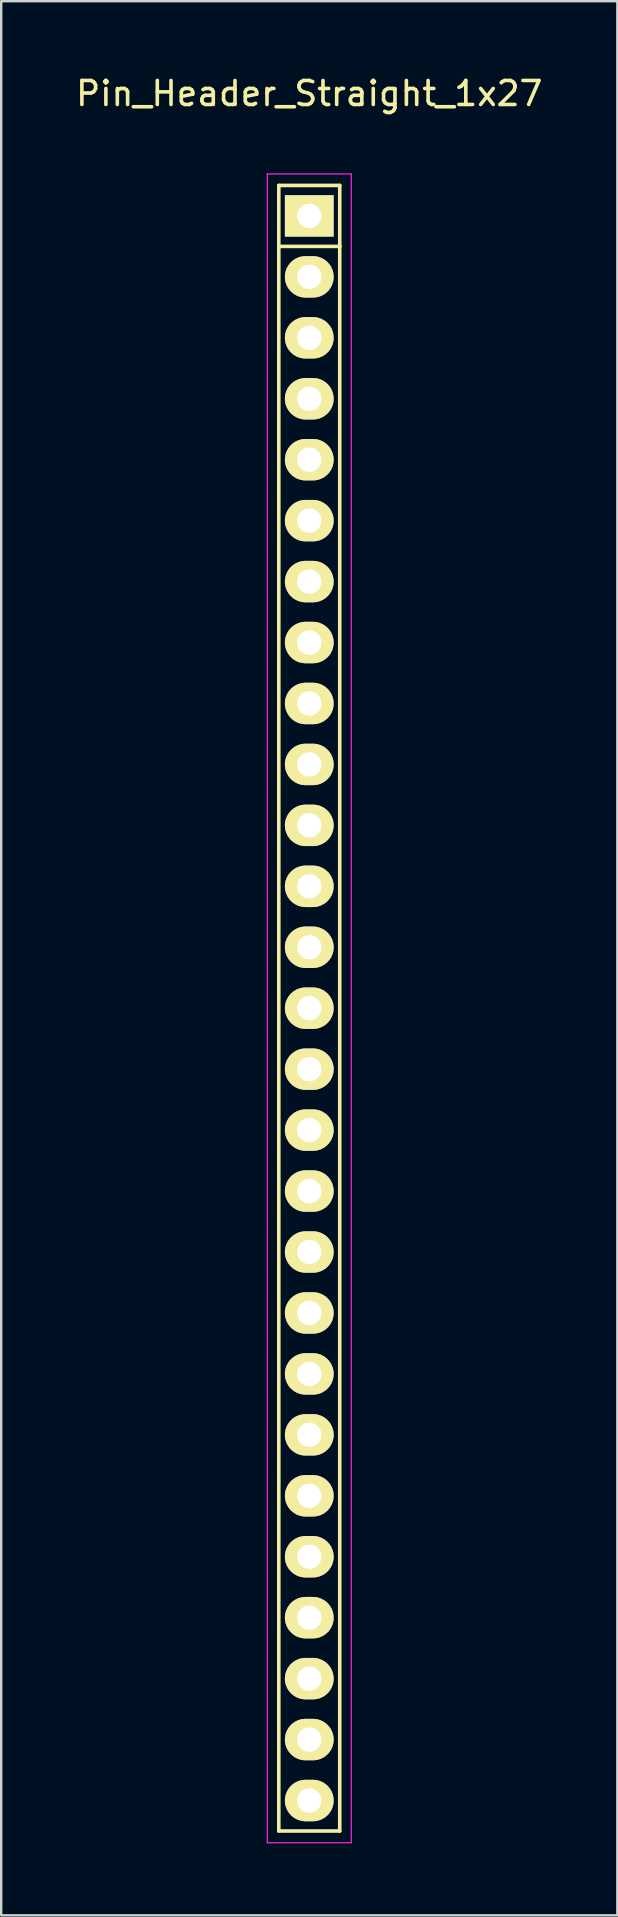
<source format=kicad_pcb>
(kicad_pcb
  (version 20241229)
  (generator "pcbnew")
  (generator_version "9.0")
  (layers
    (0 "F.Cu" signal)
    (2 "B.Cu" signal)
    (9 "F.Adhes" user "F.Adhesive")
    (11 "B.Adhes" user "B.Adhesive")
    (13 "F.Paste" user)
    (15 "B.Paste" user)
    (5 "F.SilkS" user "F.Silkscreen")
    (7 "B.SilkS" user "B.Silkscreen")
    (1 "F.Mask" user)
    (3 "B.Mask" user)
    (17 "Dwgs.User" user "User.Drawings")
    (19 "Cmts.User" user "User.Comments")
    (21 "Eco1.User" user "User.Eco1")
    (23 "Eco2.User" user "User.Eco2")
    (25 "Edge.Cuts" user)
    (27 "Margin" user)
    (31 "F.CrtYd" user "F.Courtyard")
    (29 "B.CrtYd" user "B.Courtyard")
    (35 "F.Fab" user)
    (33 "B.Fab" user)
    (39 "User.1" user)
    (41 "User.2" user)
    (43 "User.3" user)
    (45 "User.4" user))
  (footprint "Pin_Header_Straight_1x27"
    (layer "F.Cu")
    (at 9.839 5.948)
    (property "Reference" "Pin_Header_Straight_1x27" (at 0 -5.1 0) (layer "F.SilkS") (effects (font (size 1 1) (thickness 0.15))))
    (attr through_hole)
    (fp_line (start -1.27 -1.27) (end -1.27 1.27) (stroke (width 0.15) (type solid)) (layer "F.SilkS"))
    (fp_line (start -1.27 1.27) (end -1.27 67.31) (stroke (width 0.15) (type solid)) (layer "F.SilkS"))
    (fp_line (start -1.27 67.31) (end 1.27 67.31) (stroke (width 0.15) (type solid)) (layer "F.SilkS"))
    (fp_line (start 1.27 -1.27) (end -1.27 -1.27) (stroke (width 0.15) (type solid)) (layer "F.SilkS"))
    (fp_line (start 1.27 -1.27) (end 1.27 1.27) (stroke (width 0.15) (type solid)) (layer "F.SilkS"))
    (fp_line (start 1.27 1.27) (end -1.27 1.27) (stroke (width 0.15) (type solid)) (layer "F.SilkS"))
    (fp_line (start 1.27 67.31) (end 1.27 1.27) (stroke (width 0.15) (type solid)) (layer "F.SilkS"))
    (fp_line (start -1.75 -1.75) (end -1.75 67.8) (stroke (width 0.05) (type solid)) (layer "F.CrtYd"))
    (fp_line (start -1.75 -1.75) (end 1.75 -1.75) (stroke (width 0.05) (type solid)) (layer "F.CrtYd"))
    (fp_line (start -1.75 67.8) (end 1.75 67.8) (stroke (width 0.05) (type solid)) (layer "F.CrtYd"))
    (fp_line (start 1.75 -1.75) (end 1.75 67.8) (stroke (width 0.05) (type solid)) (layer "F.CrtYd"))
    (pad "1" thru_hole rect (at 0 0) (size 2.032 1.727) (drill 1.016) (layers "*.Cu" "*.Mask" "F.SilkS"))
    (pad "2" thru_hole oval (at 0 2.54) (size 2.032 1.727) (drill 1.016) (layers "*.Cu" "*.Mask" "F.SilkS"))
    (pad "3" thru_hole oval (at 0 5.08) (size 2.032 1.727) (drill 1.016) (layers "*.Cu" "*.Mask" "F.SilkS"))
    (pad "4" thru_hole oval (at 0 7.62) (size 2.032 1.727) (drill 1.016) (layers "*.Cu" "*.Mask" "F.SilkS"))
    (pad "5" thru_hole oval (at 0 10.16) (size 2.032 1.727) (drill 1.016) (layers "*.Cu" "*.Mask" "F.SilkS"))
    (pad "6" thru_hole oval (at 0 12.7) (size 2.032 1.727) (drill 1.016) (layers "*.Cu" "*.Mask" "F.SilkS"))
    (pad "7" thru_hole oval (at 0 15.24) (size 2.032 1.727) (drill 1.016) (layers "*.Cu" "*.Mask" "F.SilkS"))
    (pad "8" thru_hole oval (at 0 17.78) (size 2.032 1.727) (drill 1.016) (layers "*.Cu" "*.Mask" "F.SilkS"))
    (pad "9" thru_hole oval (at 0 20.32) (size 2.032 1.727) (drill 1.016) (layers "*.Cu" "*.Mask" "F.SilkS"))
    (pad "10" thru_hole oval (at 0 22.86) (size 2.032 1.727) (drill 1.016) (layers "*.Cu" "*.Mask" "F.SilkS"))
    (pad "11" thru_hole oval (at 0 25.4) (size 2.032 1.727) (drill 1.016) (layers "*.Cu" "*.Mask" "F.SilkS"))
    (pad "12" thru_hole oval (at 0 27.94) (size 2.032 1.727) (drill 1.016) (layers "*.Cu" "*.Mask" "F.SilkS"))
    (pad "13" thru_hole oval (at 0 30.48) (size 2.032 1.727) (drill 1.016) (layers "*.Cu" "*.Mask" "F.SilkS"))
    (pad "14" thru_hole oval (at 0 33.02) (size 2.032 1.727) (drill 1.016) (layers "*.Cu" "*.Mask" "F.SilkS"))
    (pad "15" thru_hole oval (at 0 35.56) (size 2.032 1.727) (drill 1.016) (layers "*.Cu" "*.Mask" "F.SilkS"))
    (pad "16" thru_hole oval (at 0 38.1) (size 2.032 1.727) (drill 1.016) (layers "*.Cu" "*.Mask" "F.SilkS"))
    (pad "17" thru_hole oval (at 0 40.64) (size 2.032 1.727) (drill 1.016) (layers "*.Cu" "*.Mask" "F.SilkS"))
    (pad "18" thru_hole oval (at 0 43.18) (size 2.032 1.727) (drill 1.016) (layers "*.Cu" "*.Mask" "F.SilkS"))
    (pad "19" thru_hole oval (at 0 45.72) (size 2.032 1.727) (drill 1.016) (layers "*.Cu" "*.Mask" "F.SilkS"))
    (pad "20" thru_hole oval (at 0 48.26) (size 2.032 1.727) (drill 1.016) (layers "*.Cu" "*.Mask" "F.SilkS"))
    (pad "21" thru_hole oval (at 0 50.8) (size 2.032 1.727) (drill 1.016) (layers "*.Cu" "*.Mask" "F.SilkS"))
    (pad "22" thru_hole oval (at 0 53.34) (size 2.032 1.727) (drill 1.016) (layers "*.Cu" "*.Mask" "F.SilkS"))
    (pad "23" thru_hole oval (at 0 55.88) (size 2.032 1.727) (drill 1.016) (layers "*.Cu" "*.Mask" "F.SilkS"))
    (pad "24" thru_hole oval (at 0 58.42) (size 2.032 1.727) (drill 1.016) (layers "*.Cu" "*.Mask" "F.SilkS"))
    (pad "25" thru_hole oval (at 0 60.96) (size 2.032 1.727) (drill 1.016) (layers "*.Cu" "*.Mask" "F.SilkS"))
    (pad "26" thru_hole oval (at 0 63.5) (size 2.032 1.727) (drill 1.016) (layers "*.Cu" "*.Mask" "F.SilkS"))
    (pad "27" thru_hole oval (at 0 66.04) (size 2.032 1.727) (drill 1.016) (layers "*.Cu" "*.Mask" "F.SilkS")))
  (gr_rect
    (start -3 -3)
    (end 22.679 76.773)
    (stroke (width 0.1) (type default))
    (fill no)
    (layer "Edge.Cuts")))
</source>
